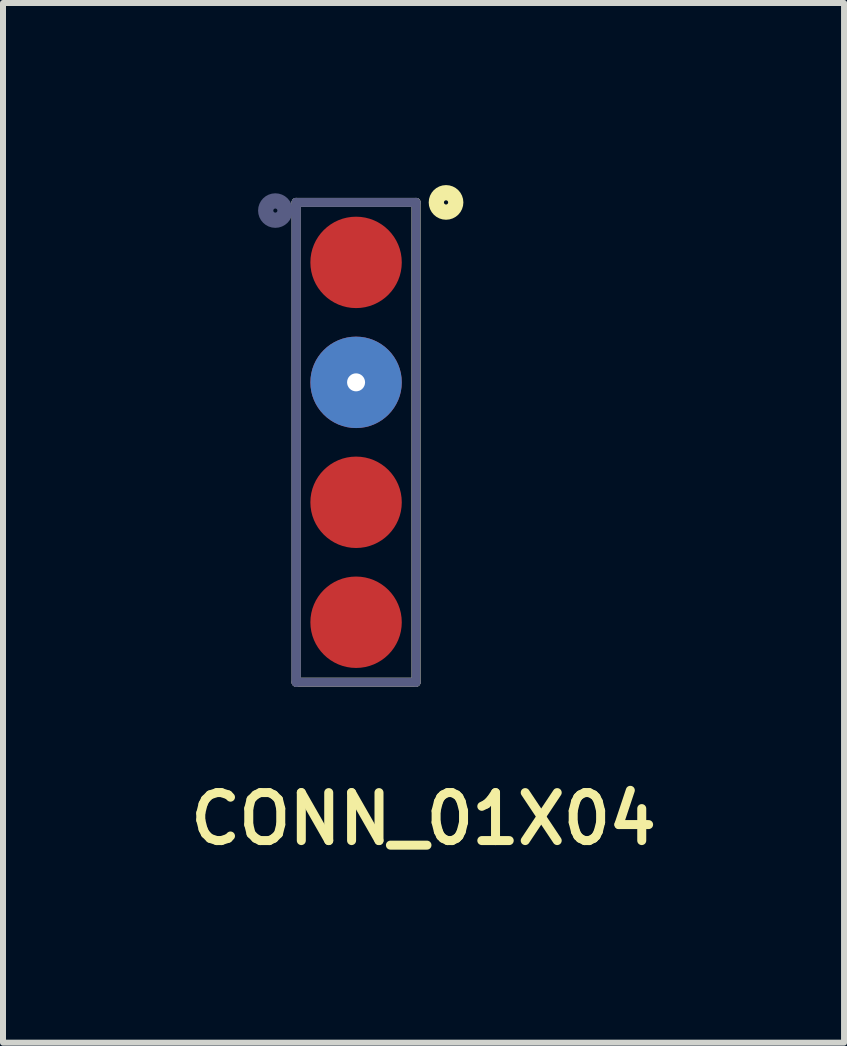
<source format=kicad_pcb>
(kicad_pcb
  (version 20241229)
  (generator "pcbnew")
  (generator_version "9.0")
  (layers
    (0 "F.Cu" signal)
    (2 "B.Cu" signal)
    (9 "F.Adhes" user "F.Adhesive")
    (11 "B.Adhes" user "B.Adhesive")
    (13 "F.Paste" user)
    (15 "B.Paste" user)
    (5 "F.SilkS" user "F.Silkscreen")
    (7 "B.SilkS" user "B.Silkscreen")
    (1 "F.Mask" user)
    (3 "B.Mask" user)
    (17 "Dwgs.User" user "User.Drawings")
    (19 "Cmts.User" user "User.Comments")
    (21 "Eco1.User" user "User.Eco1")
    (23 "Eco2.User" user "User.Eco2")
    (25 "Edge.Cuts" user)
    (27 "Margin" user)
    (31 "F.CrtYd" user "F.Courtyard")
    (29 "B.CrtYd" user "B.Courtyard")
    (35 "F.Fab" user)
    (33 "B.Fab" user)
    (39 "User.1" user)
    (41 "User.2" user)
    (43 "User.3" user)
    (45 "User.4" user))
  (footprint "CONN_01X04"
    (layer "F.Cu")
    (at 2.887 1.325)
    (property "Reference" "CONN_01X04" (at 1.125 9.278 0) (unlocked yes) (layer "F.SilkS") (effects (font (size 0.8 0.8) (thickness 0.15))))
    (fp_line (start -1 -1) (end 1 -1) (stroke (width 0.15) (type solid)) (layer "F.SilkS"))
    (fp_line (start -1 7) (end -1 -1) (stroke (width 0.15) (type solid)) (layer "F.SilkS"))
    (fp_line (start -1 7) (end 1 7) (stroke (width 0.15) (type solid)) (layer "F.SilkS"))
    (fp_line (start 1 7) (end 1 -1) (stroke (width 0.15) (type solid)) (layer "F.SilkS"))
    (fp_circle (center 1.5 -1) (end 1.5 -1.035) (stroke (width 0.254) (type solid)) (fill no) (layer "F.SilkS"))
    (fp_line (start -1 -1) (end 1 -1) (stroke (width 0.15) (type solid)) (layer "B.Fab"))
    (fp_line (start -1 7) (end -1 -1) (stroke (width 0.15) (type solid)) (layer "B.Fab"))
    (fp_line (start -1 7) (end -1 -1) (stroke (width 0.15) (type solid)) (layer "B.Fab"))
    (fp_line (start -1 7) (end 1 7) (stroke (width 0.15) (type solid)) (layer "B.Fab"))
    (fp_line (start 1 7) (end 1 -1) (stroke (width 0.15) (type solid)) (layer "B.Fab"))
    (fp_circle (center -1.346 -0.864) (end -1.346 -0.898) (stroke (width 0.254) (type solid)) (fill no) (layer "B.Fab"))
    (fp_line (start -0.25 3) (end 0.25 3) (stroke (width 0.15) (type solid)) (layer "User.6"))
    (fp_line (start 0 3.25) (end 0 2.75) (stroke (width 0.15) (type solid)) (layer "User.6"))
    (fp_line (start -1.25 -1.25) (end 1.25 -1.25) (stroke (width 0.15) (type solid)) (layer "User.13"))
    (fp_line (start -1.25 7.25) (end -1.25 -1.25) (stroke (width 0.15) (type solid)) (layer "User.13"))
    (fp_line (start -1.25 7.25) (end 1.25 7.25) (stroke (width 0.15) (type solid)) (layer "User.13"))
    (fp_line (start 1.25 7.25) (end 1.25 -1.25) (stroke (width 0.15) (type solid)) (layer "User.13"))
    (pad "1" smd circle (at 0 0) (size 1.524 1.524) (layers "F.Cu" "F.Mask" "F.Paste"))
    (pad "2" thru_hole circle (at 0 2) (size 1.524 1.524) (drill 0.3) (layers "*.Cu" "*.Mask"))
    (pad "3" smd circle (at 0 4) (size 1.524 1.524) (layers "F.Cu" "F.Mask" "F.Paste"))
    (pad "4" smd circle (at 0 6) (size 1.524 1.524) (layers "F.Cu" "F.Mask" "F.Paste")))
  (gr_rect
    (start -3 -3)
    (end 11.023 14.335)
    (stroke (width 0.1) (type default))
    (fill no)
    (layer "Edge.Cuts")))
</source>
